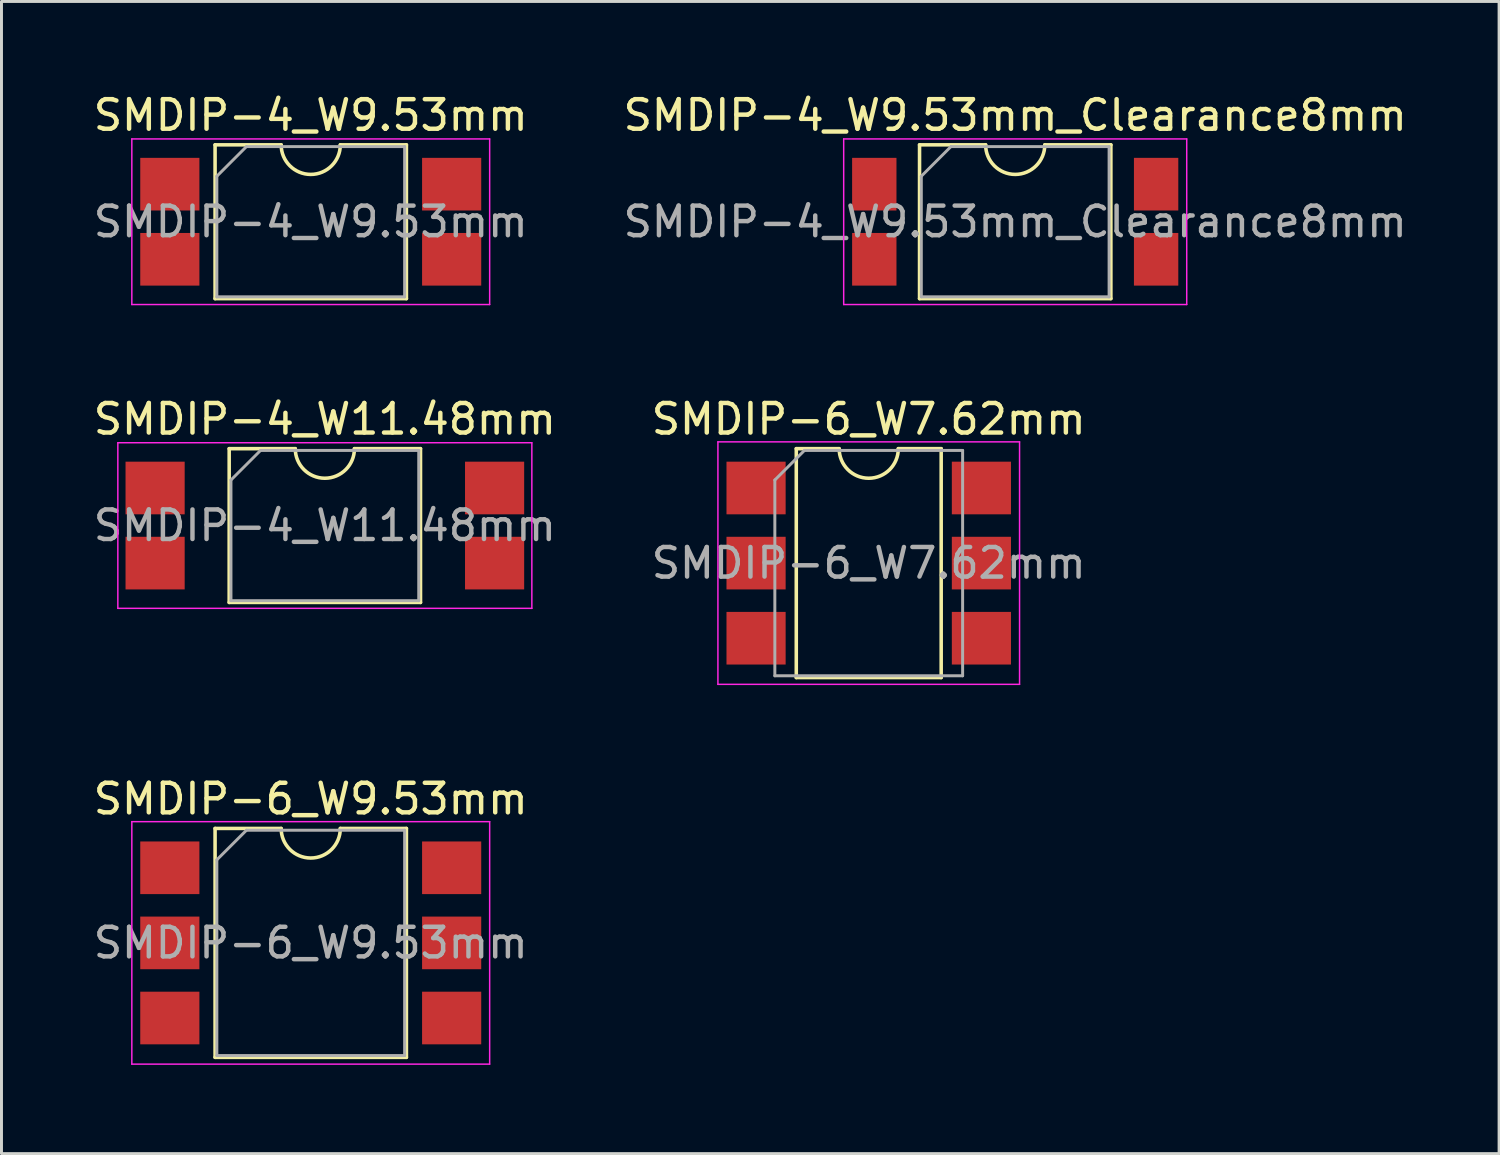
<source format=kicad_pcb>
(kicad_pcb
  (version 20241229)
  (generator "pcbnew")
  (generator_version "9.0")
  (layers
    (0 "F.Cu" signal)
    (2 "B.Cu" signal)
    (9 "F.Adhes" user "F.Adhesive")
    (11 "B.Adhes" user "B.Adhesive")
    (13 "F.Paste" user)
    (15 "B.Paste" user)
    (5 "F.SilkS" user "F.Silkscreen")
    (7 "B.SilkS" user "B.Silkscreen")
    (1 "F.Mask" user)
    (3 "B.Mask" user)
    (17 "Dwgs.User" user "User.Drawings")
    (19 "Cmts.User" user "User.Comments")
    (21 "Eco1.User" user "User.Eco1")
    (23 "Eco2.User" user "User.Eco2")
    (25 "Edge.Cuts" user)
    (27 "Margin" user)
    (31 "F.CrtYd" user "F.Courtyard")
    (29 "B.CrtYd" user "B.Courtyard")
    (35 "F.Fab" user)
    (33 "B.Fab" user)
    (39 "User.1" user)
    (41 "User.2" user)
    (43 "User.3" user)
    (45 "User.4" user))
  (footprint "SMDIP-6_W9.53mm"
    (layer "F.Cu")
    (at 7.458 28.835)
    (property "Reference" "SMDIP-6_W9.53mm" (at 0 -4.87 0) (layer "F.SilkS") (effects (font (size 1 1) (thickness 0.15))))
    (attr smd)
    (fp_line (start -3.235 -3.87) (end -3.235 3.87) (stroke (width 0.12) (type solid)) (layer "F.SilkS"))
    (fp_line (start -3.235 3.87) (end 3.235 3.87) (stroke (width 0.12) (type solid)) (layer "F.SilkS"))
    (fp_line (start -1 -3.87) (end -3.235 -3.87) (stroke (width 0.12) (type solid)) (layer "F.SilkS"))
    (fp_line (start 3.235 -3.87) (end 1 -3.87) (stroke (width 0.12) (type solid)) (layer "F.SilkS"))
    (fp_line (start 3.235 3.87) (end 3.235 -3.87) (stroke (width 0.12) (type solid)) (layer "F.SilkS"))
    (fp_arc (start 1 -3.87) (mid 0 -2.87) (end -1 -3.87) (stroke (width 0.12) (type solid)) (layer "F.SilkS"))
    (fp_line (start -6.05 -4.1) (end -6.05 4.1) (stroke (width 0.05) (type solid)) (layer "F.CrtYd"))
    (fp_line (start -6.05 4.1) (end 6.05 4.1) (stroke (width 0.05) (type solid)) (layer "F.CrtYd"))
    (fp_line (start 6.05 -4.1) (end -6.05 -4.1) (stroke (width 0.05) (type solid)) (layer "F.CrtYd"))
    (fp_line (start 6.05 4.1) (end 6.05 -4.1) (stroke (width 0.05) (type solid)) (layer "F.CrtYd"))
    (fp_line (start -3.175 -2.81) (end -2.175 -3.81) (stroke (width 0.1) (type solid)) (layer "F.Fab"))
    (fp_line (start -3.175 3.81) (end -3.175 -2.81) (stroke (width 0.1) (type solid)) (layer "F.Fab"))
    (fp_line (start -2.175 -3.81) (end 3.175 -3.81) (stroke (width 0.1) (type solid)) (layer "F.Fab"))
    (fp_line (start 3.175 -3.81) (end 3.175 3.81) (stroke (width 0.1) (type solid)) (layer "F.Fab"))
    (fp_line (start 3.175 3.81) (end -3.175 3.81) (stroke (width 0.1) (type solid)) (layer "F.Fab"))
    (fp_text user "${REFERENCE}" (at 0 0 0) (layer "F.Fab") (effects (font (size 1 1) (thickness 0.15))))
    (pad "1" smd rect (at -4.765 -2.54) (size 2 1.78) (layers "F.Cu" "F.Mask" "F.Paste"))
    (pad "2" smd rect (at -4.765 0) (size 2 1.78) (layers "F.Cu" "F.Mask" "F.Paste"))
    (pad "3" smd rect (at -4.765 2.54) (size 2 1.78) (layers "F.Cu" "F.Mask" "F.Paste"))
    (pad "4" smd rect (at 4.765 2.54) (size 2 1.78) (layers "F.Cu" "F.Mask" "F.Paste"))
    (pad "5" smd rect (at 4.765 0) (size 2 1.78) (layers "F.Cu" "F.Mask" "F.Paste"))
    (pad "6" smd rect (at 4.765 -2.54) (size 2 1.78) (layers "F.Cu" "F.Mask" "F.Paste")))
  (footprint "SMDIP-4_W9.53mm"
    (layer "F.Cu")
    (at 7.458 4.448)
    (property "Reference" "SMDIP-4_W9.53mm" (at 0 -3.6 0) (layer "F.SilkS") (effects (font (size 1 1) (thickness 0.15))))
    (attr smd)
    (fp_line (start -3.235 -2.6) (end -3.235 2.6) (stroke (width 0.12) (type solid)) (layer "F.SilkS"))
    (fp_line (start -3.235 2.6) (end 3.235 2.6) (stroke (width 0.12) (type solid)) (layer "F.SilkS"))
    (fp_line (start -1 -2.6) (end -3.235 -2.6) (stroke (width 0.12) (type solid)) (layer "F.SilkS"))
    (fp_line (start 3.235 -2.6) (end 1 -2.6) (stroke (width 0.12) (type solid)) (layer "F.SilkS"))
    (fp_line (start 3.235 2.6) (end 3.235 -2.6) (stroke (width 0.12) (type solid)) (layer "F.SilkS"))
    (fp_arc (start 1 -2.6) (mid 0 -1.6) (end -1 -2.6) (stroke (width 0.12) (type solid)) (layer "F.SilkS"))
    (fp_line (start -6.05 -2.8) (end -6.05 2.8) (stroke (width 0.05) (type solid)) (layer "F.CrtYd"))
    (fp_line (start -6.05 2.8) (end 6.05 2.8) (stroke (width 0.05) (type solid)) (layer "F.CrtYd"))
    (fp_line (start 6.05 -2.8) (end -6.05 -2.8) (stroke (width 0.05) (type solid)) (layer "F.CrtYd"))
    (fp_line (start 6.05 2.8) (end 6.05 -2.8) (stroke (width 0.05) (type solid)) (layer "F.CrtYd"))
    (fp_line (start -3.175 -1.54) (end -2.175 -2.54) (stroke (width 0.1) (type solid)) (layer "F.Fab"))
    (fp_line (start -3.175 2.54) (end -3.175 -1.54) (stroke (width 0.1) (type solid)) (layer "F.Fab"))
    (fp_line (start -2.175 -2.54) (end 3.175 -2.54) (stroke (width 0.1) (type solid)) (layer "F.Fab"))
    (fp_line (start 3.175 -2.54) (end 3.175 2.54) (stroke (width 0.1) (type solid)) (layer "F.Fab"))
    (fp_line (start 3.175 2.54) (end -3.175 2.54) (stroke (width 0.1) (type solid)) (layer "F.Fab"))
    (fp_text user "${REFERENCE}" (at 0 0 0) (layer "F.Fab") (effects (font (size 1 1) (thickness 0.15))))
    (pad "1" smd rect (at -4.765 -1.27) (size 2 1.78) (layers "F.Cu" "F.Mask" "F.Paste"))
    (pad "2" smd rect (at -4.765 1.27) (size 2 1.78) (layers "F.Cu" "F.Mask" "F.Paste"))
    (pad "3" smd rect (at 4.765 1.27) (size 2 1.78) (layers "F.Cu" "F.Mask" "F.Paste"))
    (pad "4" smd rect (at 4.765 -1.27) (size 2 1.78) (layers "F.Cu" "F.Mask" "F.Paste")))
  (footprint "SMDIP-4_W9.53mm_Clearance8mm"
    (layer "F.Cu")
    (at 31.28 4.448)
    (property "Reference" "SMDIP-4_W9.53mm_Clearance8mm" (at 0 -3.6 0) (layer "F.SilkS") (effects (font (size 1 1) (thickness 0.15))))
    (attr smd)
    (fp_line (start -3.235 -2.6) (end -3.235 2.6) (stroke (width 0.12) (type solid)) (layer "F.SilkS"))
    (fp_line (start -3.235 2.6) (end 3.235 2.6) (stroke (width 0.12) (type solid)) (layer "F.SilkS"))
    (fp_line (start -1 -2.6) (end -3.235 -2.6) (stroke (width 0.12) (type solid)) (layer "F.SilkS"))
    (fp_line (start 3.235 -2.6) (end 1 -2.6) (stroke (width 0.12) (type solid)) (layer "F.SilkS"))
    (fp_line (start 3.235 2.6) (end 3.235 -2.6) (stroke (width 0.12) (type solid)) (layer "F.SilkS"))
    (fp_arc (start 1 -2.6) (mid 0 -1.6) (end -1 -2.6) (stroke (width 0.12) (type solid)) (layer "F.SilkS"))
    (fp_line (start -5.8 -2.8) (end -5.8 2.8) (stroke (width 0.05) (type solid)) (layer "F.CrtYd"))
    (fp_line (start -5.8 2.8) (end 5.8 2.8) (stroke (width 0.05) (type solid)) (layer "F.CrtYd"))
    (fp_line (start 5.8 -2.8) (end -5.8 -2.8) (stroke (width 0.05) (type solid)) (layer "F.CrtYd"))
    (fp_line (start 5.8 2.8) (end 5.8 -2.8) (stroke (width 0.05) (type solid)) (layer "F.CrtYd"))
    (fp_line (start -3.175 -1.54) (end -2.175 -2.54) (stroke (width 0.1) (type solid)) (layer "F.Fab"))
    (fp_line (start -3.175 2.54) (end -3.175 -1.54) (stroke (width 0.1) (type solid)) (layer "F.Fab"))
    (fp_line (start -2.175 -2.54) (end 3.175 -2.54) (stroke (width 0.1) (type solid)) (layer "F.Fab"))
    (fp_line (start 3.175 -2.54) (end 3.175 2.54) (stroke (width 0.1) (type solid)) (layer "F.Fab"))
    (fp_line (start 3.175 2.54) (end -3.175 2.54) (stroke (width 0.1) (type solid)) (layer "F.Fab"))
    (fp_text user "${REFERENCE}" (at 0 0 0) (layer "F.Fab") (effects (font (size 1 1) (thickness 0.15))))
    (pad "1" smd rect (at -4.765 -1.27) (size 1.5 1.78) (layers "F.Cu" "F.Mask" "F.Paste"))
    (pad "2" smd rect (at -4.765 1.27) (size 1.5 1.78) (layers "F.Cu" "F.Mask" "F.Paste"))
    (pad "3" smd rect (at 4.765 1.27) (size 1.5 1.78) (layers "F.Cu" "F.Mask" "F.Paste"))
    (pad "4" smd rect (at 4.765 -1.27) (size 1.5 1.78) (layers "F.Cu" "F.Mask" "F.Paste")))
  (footprint "SMDIP-6_W7.62mm"
    (layer "F.Cu")
    (at 26.327 15.992)
    (property "Reference" "SMDIP-6_W7.62mm" (at 0 -4.87 0) (layer "F.SilkS") (effects (font (size 1 1) (thickness 0.15))))
    (attr smd)
    (fp_line (start -2.45 -3.87) (end -2.45 3.87) (stroke (width 0.12) (type solid)) (layer "F.SilkS"))
    (fp_line (start -2.45 3.87) (end 2.45 3.87) (stroke (width 0.12) (type solid)) (layer "F.SilkS"))
    (fp_line (start -1 -3.87) (end -2.45 -3.87) (stroke (width 0.12) (type solid)) (layer "F.SilkS"))
    (fp_line (start 2.45 -3.87) (end 1 -3.87) (stroke (width 0.12) (type solid)) (layer "F.SilkS"))
    (fp_line (start 2.45 3.87) (end 2.45 -3.87) (stroke (width 0.12) (type solid)) (layer "F.SilkS"))
    (fp_arc (start 1 -3.87) (mid 0 -2.87) (end -1 -3.87) (stroke (width 0.12) (type solid)) (layer "F.SilkS"))
    (fp_line (start -5.1 -4.1) (end -5.1 4.1) (stroke (width 0.05) (type solid)) (layer "F.CrtYd"))
    (fp_line (start -5.1 4.1) (end 5.1 4.1) (stroke (width 0.05) (type solid)) (layer "F.CrtYd"))
    (fp_line (start 5.1 -4.1) (end -5.1 -4.1) (stroke (width 0.05) (type solid)) (layer "F.CrtYd"))
    (fp_line (start 5.1 4.1) (end 5.1 -4.1) (stroke (width 0.05) (type solid)) (layer "F.CrtYd"))
    (fp_line (start -3.175 -2.81) (end -2.175 -3.81) (stroke (width 0.1) (type solid)) (layer "F.Fab"))
    (fp_line (start -3.175 3.81) (end -3.175 -2.81) (stroke (width 0.1) (type solid)) (layer "F.Fab"))
    (fp_line (start -2.175 -3.81) (end 3.175 -3.81) (stroke (width 0.1) (type solid)) (layer "F.Fab"))
    (fp_line (start 3.175 -3.81) (end 3.175 3.81) (stroke (width 0.1) (type solid)) (layer "F.Fab"))
    (fp_line (start 3.175 3.81) (end -3.175 3.81) (stroke (width 0.1) (type solid)) (layer "F.Fab"))
    (fp_text user "${REFERENCE}" (at 0 0 0) (layer "F.Fab") (effects (font (size 1 1) (thickness 0.15))))
    (pad "1" smd rect (at -3.81 -2.54) (size 2 1.78) (layers "F.Cu" "F.Mask" "F.Paste"))
    (pad "2" smd rect (at -3.81 0) (size 2 1.78) (layers "F.Cu" "F.Mask" "F.Paste"))
    (pad "3" smd rect (at -3.81 2.54) (size 2 1.78) (layers "F.Cu" "F.Mask" "F.Paste"))
    (pad "4" smd rect (at 3.81 2.54) (size 2 1.78) (layers "F.Cu" "F.Mask" "F.Paste"))
    (pad "5" smd rect (at 3.81 0) (size 2 1.78) (layers "F.Cu" "F.Mask" "F.Paste"))
    (pad "6" smd rect (at 3.81 -2.54) (size 2 1.78) (layers "F.Cu" "F.Mask" "F.Paste")))
  (footprint "SMDIP-4_W11.48mm"
    (layer "F.Cu")
    (at 7.935 14.722)
    (property "Reference" "SMDIP-4_W11.48mm" (at 0 -3.6 0) (layer "F.SilkS") (effects (font (size 1 1) (thickness 0.15))))
    (attr smd)
    (fp_line (start -3.235 -2.6) (end -3.235 2.6) (stroke (width 0.12) (type solid)) (layer "F.SilkS"))
    (fp_line (start -3.235 2.6) (end 3.235 2.6) (stroke (width 0.12) (type solid)) (layer "F.SilkS"))
    (fp_line (start -1 -2.6) (end -3.235 -2.6) (stroke (width 0.12) (type solid)) (layer "F.SilkS"))
    (fp_line (start 3.235 -2.6) (end 1 -2.6) (stroke (width 0.12) (type solid)) (layer "F.SilkS"))
    (fp_line (start 3.235 2.6) (end 3.235 -2.6) (stroke (width 0.12) (type solid)) (layer "F.SilkS"))
    (fp_arc (start 1 -2.6) (mid 0 -1.6) (end -1 -2.6) (stroke (width 0.12) (type solid)) (layer "F.SilkS"))
    (fp_line (start -7 -2.8) (end -7 2.8) (stroke (width 0.05) (type solid)) (layer "F.CrtYd"))
    (fp_line (start -7 2.8) (end 7 2.8) (stroke (width 0.05) (type solid)) (layer "F.CrtYd"))
    (fp_line (start 7 -2.8) (end -7 -2.8) (stroke (width 0.05) (type solid)) (layer "F.CrtYd"))
    (fp_line (start 7 2.8) (end 7 -2.8) (stroke (width 0.05) (type solid)) (layer "F.CrtYd"))
    (fp_line (start -3.175 -1.54) (end -2.175 -2.54) (stroke (width 0.1) (type solid)) (layer "F.Fab"))
    (fp_line (start -3.175 2.54) (end -3.175 -1.54) (stroke (width 0.1) (type solid)) (layer "F.Fab"))
    (fp_line (start -2.175 -2.54) (end 3.175 -2.54) (stroke (width 0.1) (type solid)) (layer "F.Fab"))
    (fp_line (start 3.175 -2.54) (end 3.175 2.54) (stroke (width 0.1) (type solid)) (layer "F.Fab"))
    (fp_line (start 3.175 2.54) (end -3.175 2.54) (stroke (width 0.1) (type solid)) (layer "F.Fab"))
    (fp_text user "${REFERENCE}" (at 0 0 0) (layer "F.Fab") (effects (font (size 1 1) (thickness 0.15))))
    (pad "1" smd rect (at -5.74 -1.27) (size 2 1.78) (layers "F.Cu" "F.Mask" "F.Paste"))
    (pad "2" smd rect (at -5.74 1.27) (size 2 1.78) (layers "F.Cu" "F.Mask" "F.Paste"))
    (pad "3" smd rect (at 5.74 1.27) (size 2 1.78) (layers "F.Cu" "F.Mask" "F.Paste"))
    (pad "4" smd rect (at 5.74 -1.27) (size 2 1.78) (layers "F.Cu" "F.Mask" "F.Paste")))
  (gr_rect
    (start -3 -3)
    (end 47.643 35.96)
    (stroke (width 0.1) (type default))
    (fill no)
    (layer "Edge.Cuts")))
</source>
